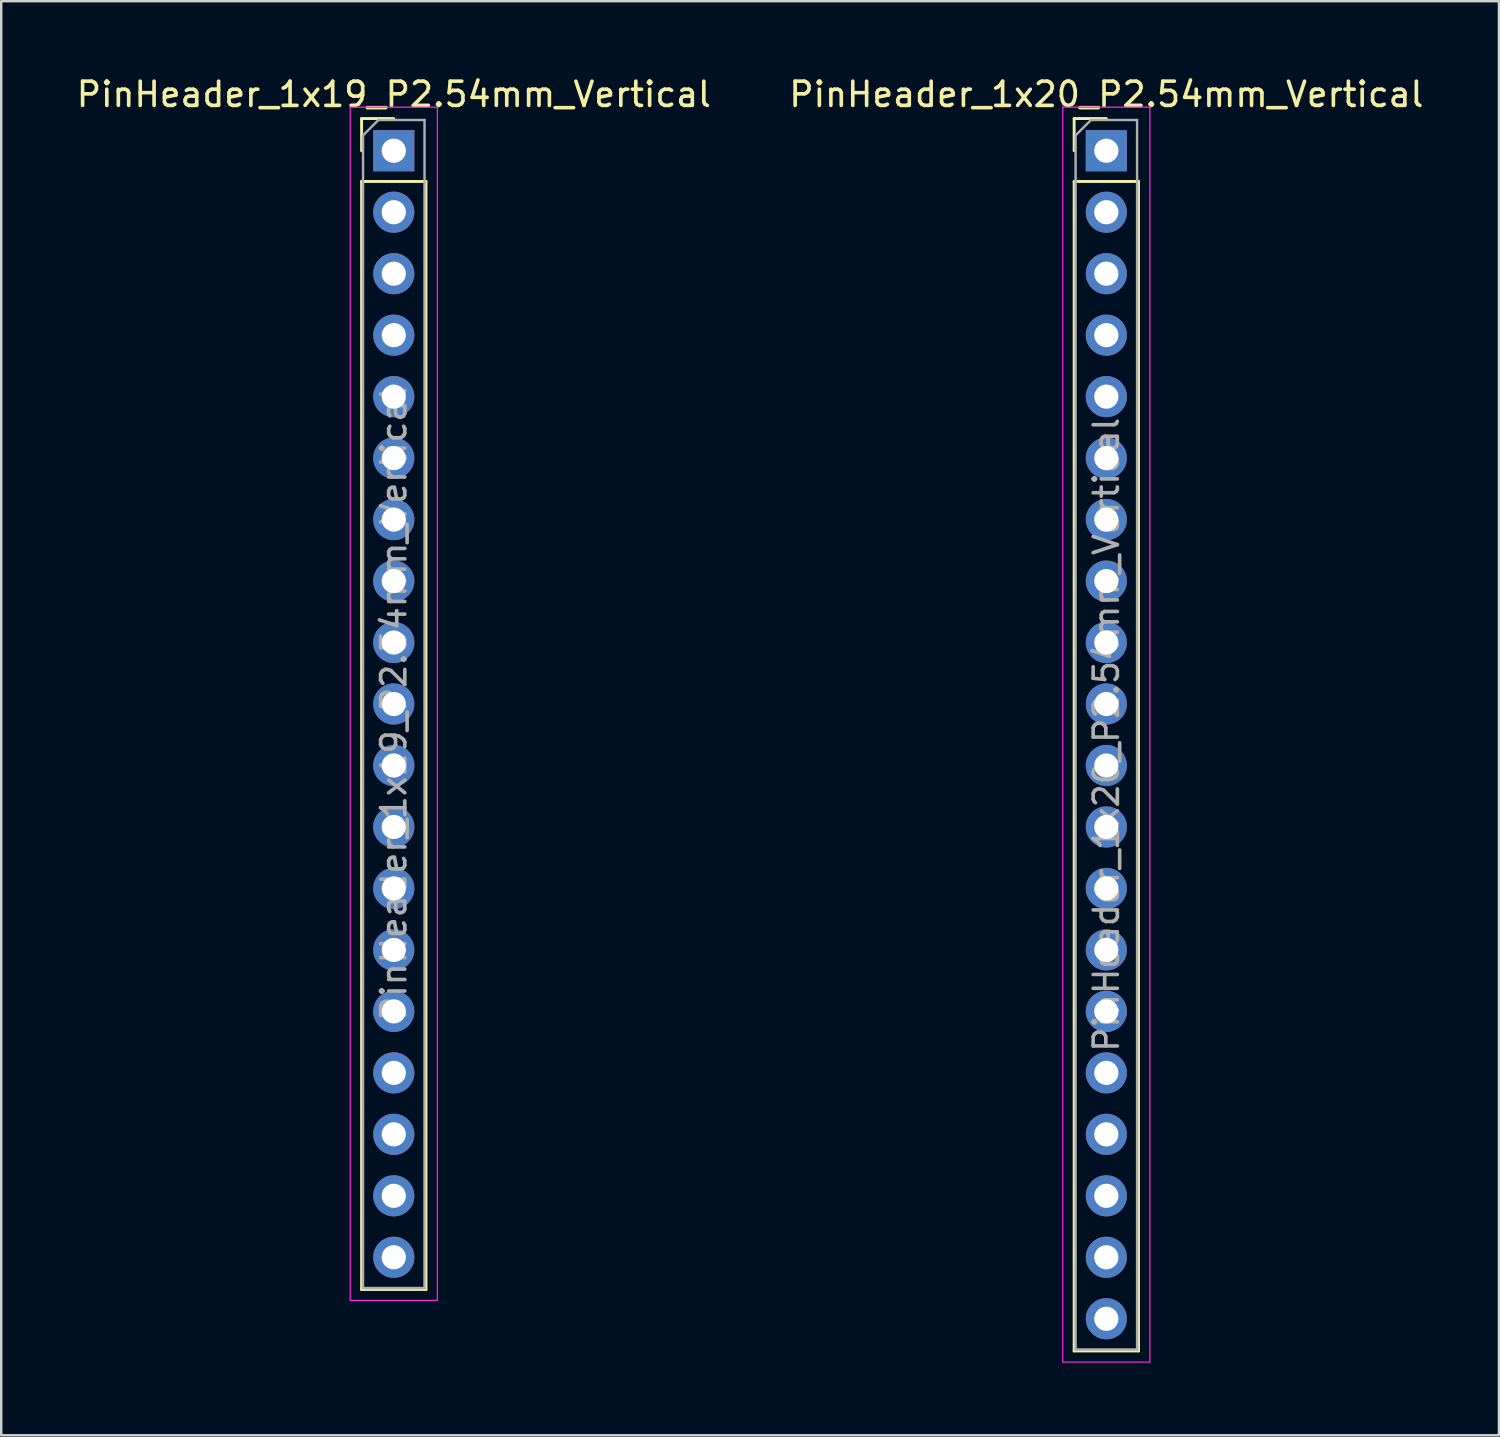
<source format=kicad_pcb>
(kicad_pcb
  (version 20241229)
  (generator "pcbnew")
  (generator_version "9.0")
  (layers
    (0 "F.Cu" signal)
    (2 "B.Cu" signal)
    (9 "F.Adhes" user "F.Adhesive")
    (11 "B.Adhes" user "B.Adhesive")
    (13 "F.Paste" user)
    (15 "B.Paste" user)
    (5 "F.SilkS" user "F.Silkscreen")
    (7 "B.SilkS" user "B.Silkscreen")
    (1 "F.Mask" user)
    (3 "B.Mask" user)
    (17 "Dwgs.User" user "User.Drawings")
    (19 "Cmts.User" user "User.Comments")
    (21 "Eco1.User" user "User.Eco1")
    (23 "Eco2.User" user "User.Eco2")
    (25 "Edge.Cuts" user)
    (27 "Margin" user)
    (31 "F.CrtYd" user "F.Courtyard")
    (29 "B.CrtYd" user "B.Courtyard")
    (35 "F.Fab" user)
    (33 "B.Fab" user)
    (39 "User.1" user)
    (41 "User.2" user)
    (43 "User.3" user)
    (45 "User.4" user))
  (footprint "PinHeader_1x20_P2.54mm_Vertical"
    (layer "F.Cu")
    (at 42.661 3.178)
    (property "Reference" "PinHeader_1x20_P2.54mm_Vertical" (at 0 -2.33 0) (layer "F.SilkS") (effects (font (size 1 1) (thickness 0.15))))
    (attr through_hole)
    (fp_line (start -1.33 -1.33) (end 0 -1.33) (stroke (width 0.12) (type solid)) (layer "F.SilkS"))
    (fp_line (start -1.33 0) (end -1.33 -1.33) (stroke (width 0.12) (type solid)) (layer "F.SilkS"))
    (fp_line (start -1.33 1.27) (end -1.33 49.59) (stroke (width 0.12) (type solid)) (layer "F.SilkS"))
    (fp_line (start -1.33 1.27) (end 1.33 1.27) (stroke (width 0.12) (type solid)) (layer "F.SilkS"))
    (fp_line (start -1.33 49.59) (end 1.33 49.59) (stroke (width 0.12) (type solid)) (layer "F.SilkS"))
    (fp_line (start 1.33 1.27) (end 1.33 49.59) (stroke (width 0.12) (type solid)) (layer "F.SilkS"))
    (fp_line (start -1.8 -1.8) (end -1.8 50.05) (stroke (width 0.05) (type solid)) (layer "F.CrtYd"))
    (fp_line (start -1.8 50.05) (end 1.8 50.05) (stroke (width 0.05) (type solid)) (layer "F.CrtYd"))
    (fp_line (start 1.8 -1.8) (end -1.8 -1.8) (stroke (width 0.05) (type solid)) (layer "F.CrtYd"))
    (fp_line (start 1.8 50.05) (end 1.8 -1.8) (stroke (width 0.05) (type solid)) (layer "F.CrtYd"))
    (fp_line (start -1.27 -0.635) (end -0.635 -1.27) (stroke (width 0.1) (type solid)) (layer "F.Fab"))
    (fp_line (start -1.27 49.53) (end -1.27 -0.635) (stroke (width 0.1) (type solid)) (layer "F.Fab"))
    (fp_line (start -0.635 -1.27) (end 1.27 -1.27) (stroke (width 0.1) (type solid)) (layer "F.Fab"))
    (fp_line (start 1.27 -1.27) (end 1.27 49.53) (stroke (width 0.1) (type solid)) (layer "F.Fab"))
    (fp_line (start 1.27 49.53) (end -1.27 49.53) (stroke (width 0.1) (type solid)) (layer "F.Fab"))
    (fp_text user "${REFERENCE}" (at 0 24.13 90) (layer "F.Fab") (effects (font (size 1 1) (thickness 0.15))))
    (pad "1" thru_hole rect (at 0 0) (size 1.7 1.7) (drill 1) (layers "*.Cu" "*.Mask"))
    (pad "2" thru_hole oval (at 0 2.54) (size 1.7 1.7) (drill 1) (layers "*.Cu" "*.Mask"))
    (pad "3" thru_hole oval (at 0 5.08) (size 1.7 1.7) (drill 1) (layers "*.Cu" "*.Mask"))
    (pad "4" thru_hole oval (at 0 7.62) (size 1.7 1.7) (drill 1) (layers "*.Cu" "*.Mask"))
    (pad "5" thru_hole oval (at 0 10.16) (size 1.7 1.7) (drill 1) (layers "*.Cu" "*.Mask"))
    (pad "6" thru_hole oval (at 0 12.7) (size 1.7 1.7) (drill 1) (layers "*.Cu" "*.Mask"))
    (pad "7" thru_hole oval (at 0 15.24) (size 1.7 1.7) (drill 1) (layers "*.Cu" "*.Mask"))
    (pad "8" thru_hole oval (at 0 17.78) (size 1.7 1.7) (drill 1) (layers "*.Cu" "*.Mask"))
    (pad "9" thru_hole oval (at 0 20.32) (size 1.7 1.7) (drill 1) (layers "*.Cu" "*.Mask"))
    (pad "10" thru_hole oval (at 0 22.86) (size 1.7 1.7) (drill 1) (layers "*.Cu" "*.Mask"))
    (pad "11" thru_hole oval (at 0 25.4) (size 1.7 1.7) (drill 1) (layers "*.Cu" "*.Mask"))
    (pad "12" thru_hole oval (at 0 27.94) (size 1.7 1.7) (drill 1) (layers "*.Cu" "*.Mask"))
    (pad "13" thru_hole oval (at 0 30.48) (size 1.7 1.7) (drill 1) (layers "*.Cu" "*.Mask"))
    (pad "14" thru_hole oval (at 0 33.02) (size 1.7 1.7) (drill 1) (layers "*.Cu" "*.Mask"))
    (pad "15" thru_hole oval (at 0 35.56) (size 1.7 1.7) (drill 1) (layers "*.Cu" "*.Mask"))
    (pad "16" thru_hole oval (at 0 38.1) (size 1.7 1.7) (drill 1) (layers "*.Cu" "*.Mask"))
    (pad "17" thru_hole oval (at 0 40.64) (size 1.7 1.7) (drill 1) (layers "*.Cu" "*.Mask"))
    (pad "18" thru_hole oval (at 0 43.18) (size 1.7 1.7) (drill 1) (layers "*.Cu" "*.Mask"))
    (pad "19" thru_hole oval (at 0 45.72) (size 1.7 1.7) (drill 1) (layers "*.Cu" "*.Mask"))
    (pad "20" thru_hole oval (at 0 48.26) (size 1.7 1.7) (drill 1) (layers "*.Cu" "*.Mask")))
  (footprint "PinHeader_1x19_P2.54mm_Vertical"
    (layer "F.Cu")
    (at 13.22 3.178)
    (property "Reference" "PinHeader_1x19_P2.54mm_Vertical" (at 0 -2.33 0) (layer "F.SilkS") (effects (font (size 1 1) (thickness 0.15))))
    (attr through_hole)
    (fp_line (start -1.33 -1.33) (end 0 -1.33) (stroke (width 0.12) (type solid)) (layer "F.SilkS"))
    (fp_line (start -1.33 0) (end -1.33 -1.33) (stroke (width 0.12) (type solid)) (layer "F.SilkS"))
    (fp_line (start -1.33 1.27) (end -1.33 47.05) (stroke (width 0.12) (type solid)) (layer "F.SilkS"))
    (fp_line (start -1.33 1.27) (end 1.33 1.27) (stroke (width 0.12) (type solid)) (layer "F.SilkS"))
    (fp_line (start -1.33 47.05) (end 1.33 47.05) (stroke (width 0.12) (type solid)) (layer "F.SilkS"))
    (fp_line (start 1.33 1.27) (end 1.33 47.05) (stroke (width 0.12) (type solid)) (layer "F.SilkS"))
    (fp_line (start -1.8 -1.8) (end -1.8 47.5) (stroke (width 0.05) (type solid)) (layer "F.CrtYd"))
    (fp_line (start -1.8 47.5) (end 1.8 47.5) (stroke (width 0.05) (type solid)) (layer "F.CrtYd"))
    (fp_line (start 1.8 -1.8) (end -1.8 -1.8) (stroke (width 0.05) (type solid)) (layer "F.CrtYd"))
    (fp_line (start 1.8 47.5) (end 1.8 -1.8) (stroke (width 0.05) (type solid)) (layer "F.CrtYd"))
    (fp_line (start -1.27 -0.635) (end -0.635 -1.27) (stroke (width 0.1) (type solid)) (layer "F.Fab"))
    (fp_line (start -1.27 46.99) (end -1.27 -0.635) (stroke (width 0.1) (type solid)) (layer "F.Fab"))
    (fp_line (start -0.635 -1.27) (end 1.27 -1.27) (stroke (width 0.1) (type solid)) (layer "F.Fab"))
    (fp_line (start 1.27 -1.27) (end 1.27 46.99) (stroke (width 0.1) (type solid)) (layer "F.Fab"))
    (fp_line (start 1.27 46.99) (end -1.27 46.99) (stroke (width 0.1) (type solid)) (layer "F.Fab"))
    (fp_text user "${REFERENCE}" (at 0 22.86 90) (layer "F.Fab") (effects (font (size 1 1) (thickness 0.15))))
    (pad "1" thru_hole rect (at 0 0) (size 1.7 1.7) (drill 1) (layers "*.Cu" "*.Mask"))
    (pad "2" thru_hole oval (at 0 2.54) (size 1.7 1.7) (drill 1) (layers "*.Cu" "*.Mask"))
    (pad "3" thru_hole oval (at 0 5.08) (size 1.7 1.7) (drill 1) (layers "*.Cu" "*.Mask"))
    (pad "4" thru_hole oval (at 0 7.62) (size 1.7 1.7) (drill 1) (layers "*.Cu" "*.Mask"))
    (pad "5" thru_hole oval (at 0 10.16) (size 1.7 1.7) (drill 1) (layers "*.Cu" "*.Mask"))
    (pad "6" thru_hole oval (at 0 12.7) (size 1.7 1.7) (drill 1) (layers "*.Cu" "*.Mask"))
    (pad "7" thru_hole oval (at 0 15.24) (size 1.7 1.7) (drill 1) (layers "*.Cu" "*.Mask"))
    (pad "8" thru_hole oval (at 0 17.78) (size 1.7 1.7) (drill 1) (layers "*.Cu" "*.Mask"))
    (pad "9" thru_hole oval (at 0 20.32) (size 1.7 1.7) (drill 1) (layers "*.Cu" "*.Mask"))
    (pad "10" thru_hole oval (at 0 22.86) (size 1.7 1.7) (drill 1) (layers "*.Cu" "*.Mask"))
    (pad "11" thru_hole oval (at 0 25.4) (size 1.7 1.7) (drill 1) (layers "*.Cu" "*.Mask"))
    (pad "12" thru_hole oval (at 0 27.94) (size 1.7 1.7) (drill 1) (layers "*.Cu" "*.Mask"))
    (pad "13" thru_hole oval (at 0 30.48) (size 1.7 1.7) (drill 1) (layers "*.Cu" "*.Mask"))
    (pad "14" thru_hole oval (at 0 33.02) (size 1.7 1.7) (drill 1) (layers "*.Cu" "*.Mask"))
    (pad "15" thru_hole oval (at 0 35.56) (size 1.7 1.7) (drill 1) (layers "*.Cu" "*.Mask"))
    (pad "16" thru_hole oval (at 0 38.1) (size 1.7 1.7) (drill 1) (layers "*.Cu" "*.Mask"))
    (pad "17" thru_hole oval (at 0 40.64) (size 1.7 1.7) (drill 1) (layers "*.Cu" "*.Mask"))
    (pad "18" thru_hole oval (at 0 43.18) (size 1.7 1.7) (drill 1) (layers "*.Cu" "*.Mask"))
    (pad "19" thru_hole oval (at 0 45.72) (size 1.7 1.7) (drill 1) (layers "*.Cu" "*.Mask")))
  (gr_rect
    (start -3 -3)
    (end 58.881 56.253)
    (stroke (width 0.1) (type default))
    (fill no)
    (layer "Edge.Cuts")))
</source>
